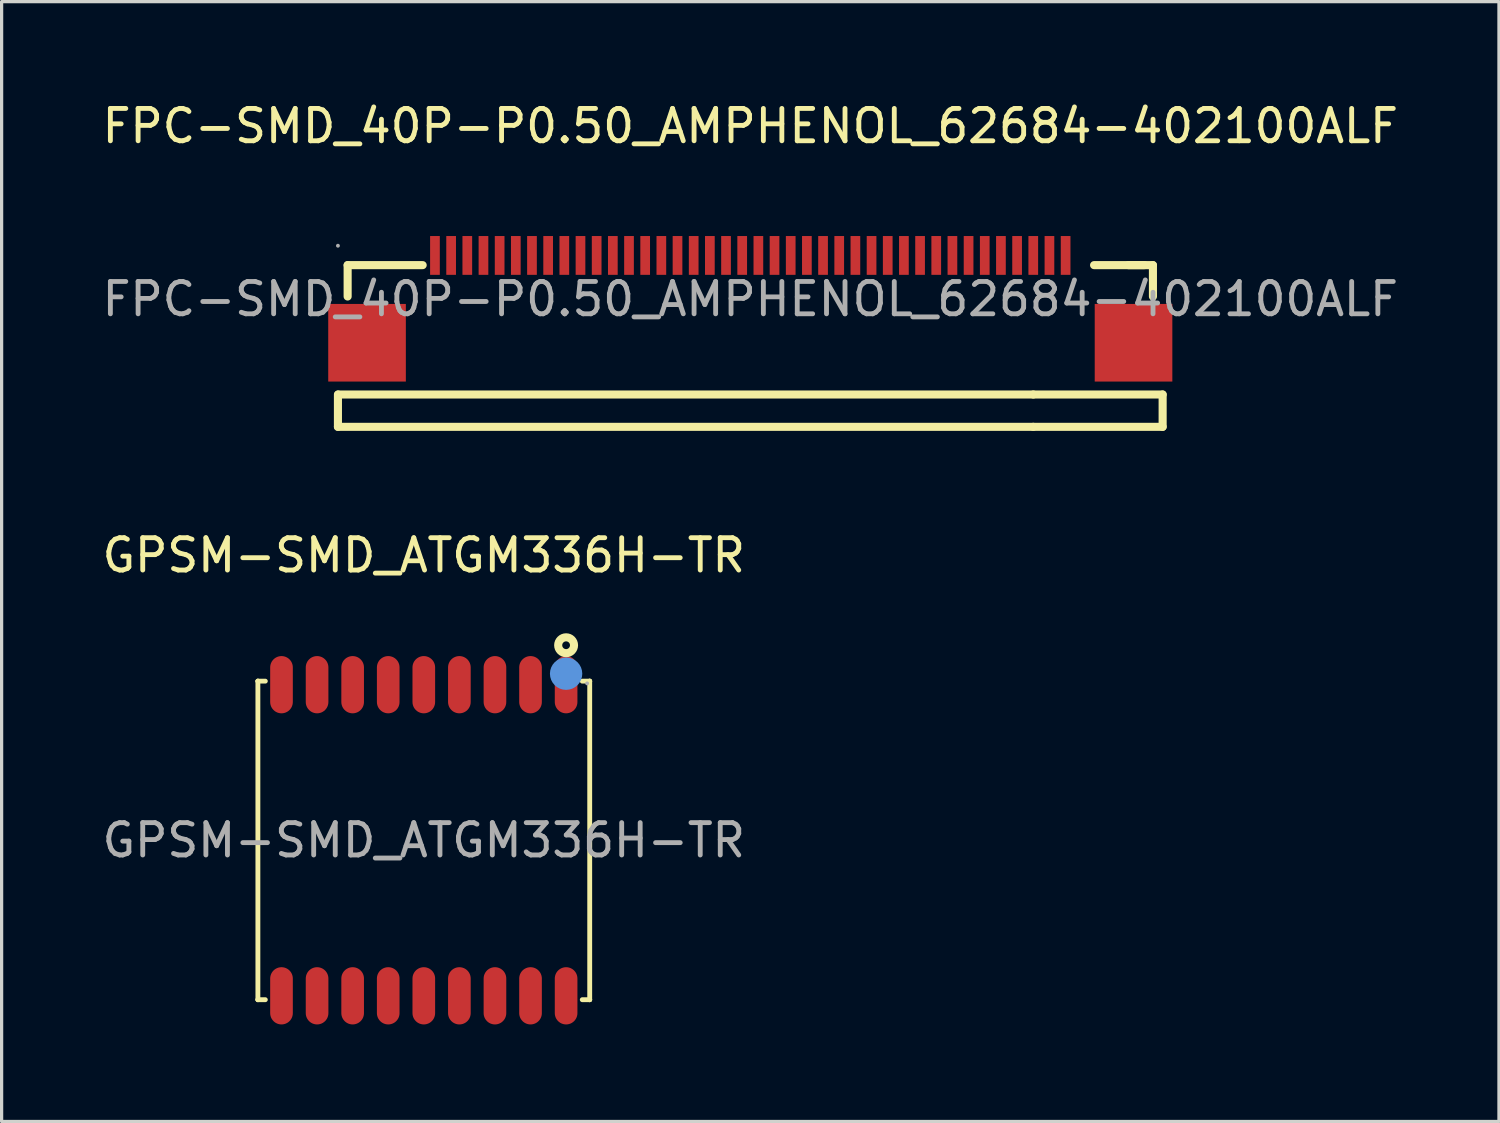
<source format=kicad_pcb>
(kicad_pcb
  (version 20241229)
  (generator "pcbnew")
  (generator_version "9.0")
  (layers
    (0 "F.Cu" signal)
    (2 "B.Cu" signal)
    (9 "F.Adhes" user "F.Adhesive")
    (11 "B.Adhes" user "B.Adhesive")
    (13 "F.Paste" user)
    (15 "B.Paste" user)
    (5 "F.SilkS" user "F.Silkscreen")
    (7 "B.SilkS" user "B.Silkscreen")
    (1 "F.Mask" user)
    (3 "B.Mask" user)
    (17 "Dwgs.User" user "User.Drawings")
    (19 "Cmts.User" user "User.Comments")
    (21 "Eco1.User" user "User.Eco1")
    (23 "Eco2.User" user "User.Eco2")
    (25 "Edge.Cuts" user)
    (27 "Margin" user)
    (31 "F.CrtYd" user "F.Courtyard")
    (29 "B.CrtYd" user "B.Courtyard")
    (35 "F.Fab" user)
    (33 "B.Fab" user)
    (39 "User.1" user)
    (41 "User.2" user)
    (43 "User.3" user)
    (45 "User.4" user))
  (footprint "FPC-SMD_40P-P0.50_AMPHENOL_62684-402100ALF"
    (layer "F.Cu")
    (at 20.149 6.198)
    (property "Reference" "FPC-SMD_40P-P0.50_AMPHENOL_62684-402100ALF" (at 0 -5.35 0) (layer "F.SilkS") (effects (font (size 1 1) (thickness 0.15))))
    (attr smd)
    (fp_line (start -12.75 3.95) (end -12.75 2.95) (stroke (width 0.25) (type solid)) (layer "F.SilkS"))
    (fp_line (start -12.75 3.95) (end 8.75 3.95) (stroke (width 0.25) (type solid)) (layer "F.SilkS"))
    (fp_line (start -12.45 -1.05) (end -12.45 -0.08) (stroke (width 0.25) (type solid)) (layer "F.SilkS"))
    (fp_line (start -12.45 -1.05) (end -10.13 -1.05) (stroke (width 0.25) (type solid)) (layer "F.SilkS"))
    (fp_line (start 8.75 2.95) (end -12.74 2.95) (stroke (width 0.25) (type solid)) (layer "F.SilkS"))
    (fp_line (start 8.75 2.95) (end 12.75 2.95) (stroke (width 0.25) (type solid)) (layer "F.SilkS"))
    (fp_line (start 8.75 3.95) (end 12.75 3.95) (stroke (width 0.25) (type solid)) (layer "F.SilkS"))
    (fp_line (start 10.63 -1.05) (end 12.19 -1.05) (stroke (width 0.25) (type solid)) (layer "F.SilkS"))
    (fp_line (start 12.45 -1.05) (end 11.69 -1.05) (stroke (width 0.25) (type solid)) (layer "F.SilkS"))
    (fp_line (start 12.45 -1.05) (end 12.45 -0.08) (stroke (width 0.25) (type solid)) (layer "F.SilkS"))
    (fp_line (start 12.75 3.95) (end 12.75 2.95) (stroke (width 0.25) (type solid)) (layer "F.SilkS"))
    (fp_circle (center -12.75 -1.65) (end -12.72 -1.65) (stroke (width 0.06) (type solid)) (fill no) (layer "F.Fab"))
    (fp_text user "${REFERENCE}" (at 0 0 0) (layer "F.Fab") (effects (font (size 1 1) (thickness 0.15))))
    (pad "1" smd rect (at -9.75 -1.35) (size 0.3 1.2) (layers "F.Cu" "F.Mask" "F.Paste"))
    (pad "2" smd rect (at -9.25 -1.35) (size 0.3 1.2) (layers "F.Cu" "F.Mask" "F.Paste"))
    (pad "3" smd rect (at -8.75 -1.35) (size 0.3 1.2) (layers "F.Cu" "F.Mask" "F.Paste"))
    (pad "4" smd rect (at -8.25 -1.35) (size 0.3 1.2) (layers "F.Cu" "F.Mask" "F.Paste"))
    (pad "5" smd rect (at -7.75 -1.35) (size 0.3 1.2) (layers "F.Cu" "F.Mask" "F.Paste"))
    (pad "6" smd rect (at -7.25 -1.35) (size 0.3 1.2) (layers "F.Cu" "F.Mask" "F.Paste"))
    (pad "7" smd rect (at -6.75 -1.35) (size 0.3 1.2) (layers "F.Cu" "F.Mask" "F.Paste"))
    (pad "8" smd rect (at -6.25 -1.35) (size 0.3 1.2) (layers "F.Cu" "F.Mask" "F.Paste"))
    (pad "9" smd rect (at -5.75 -1.35) (size 0.3 1.2) (layers "F.Cu" "F.Mask" "F.Paste"))
    (pad "10" smd rect (at -5.25 -1.35) (size 0.3 1.2) (layers "F.Cu" "F.Mask" "F.Paste"))
    (pad "11" smd rect (at -4.75 -1.35) (size 0.3 1.2) (layers "F.Cu" "F.Mask" "F.Paste"))
    (pad "12" smd rect (at -4.25 -1.35) (size 0.3 1.2) (layers "F.Cu" "F.Mask" "F.Paste"))
    (pad "13" smd rect (at -3.75 -1.35) (size 0.3 1.2) (layers "F.Cu" "F.Mask" "F.Paste"))
    (pad "14" smd rect (at -3.25 -1.35) (size 0.3 1.2) (layers "F.Cu" "F.Mask" "F.Paste"))
    (pad "15" smd rect (at -2.75 -1.35) (size 0.3 1.2) (layers "F.Cu" "F.Mask" "F.Paste"))
    (pad "16" smd rect (at -2.25 -1.35) (size 0.3 1.2) (layers "F.Cu" "F.Mask" "F.Paste"))
    (pad "17" smd rect (at -1.75 -1.35) (size 0.3 1.2) (layers "F.Cu" "F.Mask" "F.Paste"))
    (pad "18" smd rect (at -1.25 -1.35) (size 0.3 1.2) (layers "F.Cu" "F.Mask" "F.Paste"))
    (pad "19" smd rect (at -0.75 -1.35) (size 0.3 1.2) (layers "F.Cu" "F.Mask" "F.Paste"))
    (pad "20" smd rect (at -0.25 -1.35) (size 0.3 1.2) (layers "F.Cu" "F.Mask" "F.Paste"))
    (pad "21" smd rect (at 0.25 -1.35) (size 0.3 1.2) (layers "F.Cu" "F.Mask" "F.Paste"))
    (pad "22" smd rect (at 0.75 -1.35) (size 0.3 1.2) (layers "F.Cu" "F.Mask" "F.Paste"))
    (pad "23" smd rect (at 1.25 -1.35) (size 0.3 1.2) (layers "F.Cu" "F.Mask" "F.Paste"))
    (pad "24" smd rect (at 1.75 -1.35) (size 0.3 1.2) (layers "F.Cu" "F.Mask" "F.Paste"))
    (pad "25" smd rect (at 2.25 -1.35) (size 0.3 1.2) (layers "F.Cu" "F.Mask" "F.Paste"))
    (pad "26" smd rect (at 2.75 -1.35) (size 0.3 1.2) (layers "F.Cu" "F.Mask" "F.Paste"))
    (pad "27" smd rect (at 3.25 -1.35) (size 0.3 1.2) (layers "F.Cu" "F.Mask" "F.Paste"))
    (pad "28" smd rect (at 3.75 -1.35) (size 0.3 1.2) (layers "F.Cu" "F.Mask" "F.Paste"))
    (pad "29" smd rect (at 4.25 -1.35) (size 0.3 1.2) (layers "F.Cu" "F.Mask" "F.Paste"))
    (pad "30" smd rect (at 4.75 -1.35) (size 0.3 1.2) (layers "F.Cu" "F.Mask" "F.Paste"))
    (pad "31" smd rect (at 5.25 -1.35) (size 0.3 1.2) (layers "F.Cu" "F.Mask" "F.Paste"))
    (pad "32" smd rect (at 5.75 -1.35) (size 0.3 1.2) (layers "F.Cu" "F.Mask" "F.Paste"))
    (pad "33" smd rect (at 6.25 -1.35) (size 0.3 1.2) (layers "F.Cu" "F.Mask" "F.Paste"))
    (pad "34" smd rect (at 6.75 -1.35) (size 0.3 1.2) (layers "F.Cu" "F.Mask" "F.Paste"))
    (pad "35" smd rect (at 7.25 -1.35) (size 0.3 1.2) (layers "F.Cu" "F.Mask" "F.Paste"))
    (pad "36" smd rect (at 7.75 -1.35) (size 0.3 1.2) (layers "F.Cu" "F.Mask" "F.Paste"))
    (pad "37" smd rect (at 8.25 -1.35) (size 0.3 1.2) (layers "F.Cu" "F.Mask" "F.Paste"))
    (pad "38" smd rect (at 8.75 -1.35) (size 0.3 1.2) (layers "F.Cu" "F.Mask" "F.Paste"))
    (pad "39" smd rect (at 9.25 -1.35) (size 0.3 1.2) (layers "F.Cu" "F.Mask" "F.Paste"))
    (pad "40" smd rect (at 9.75 -1.35) (size 0.3 1.2) (layers "F.Cu" "F.Mask" "F.Paste"))
    (pad "41" smd rect (at 11.85 1.35) (size 2.4 2.4) (layers "F.Cu" "F.Mask" "F.Paste"))
    (pad "42" smd rect (at -11.85 1.35) (size 2.4 2.4) (layers "F.Cu" "F.Mask" "F.Paste")))
  (footprint "GPSM-SMD_ATGM336H-TR"
    (layer "F.Cu")
    (at 10.054 22.931)
    (property "Reference" "GPSM-SMD_ATGM336H-TR" (at 0 -8.81 0) (layer "F.SilkS") (effects (font (size 1 1) (thickness 0.15))))
    (attr smd)
    (fp_line (start -5.13 -4.92) (end -5.13 -4.92) (stroke (width 0.15) (type solid)) (layer "F.SilkS"))
    (fp_line (start -5.13 -4.92) (end -5.13 4.93) (stroke (width 0.15) (type solid)) (layer "F.SilkS"))
    (fp_line (start -5.13 4.93) (end -5.13 4.93) (stroke (width 0.15) (type solid)) (layer "F.SilkS"))
    (fp_line (start -5.13 4.93) (end -4.9 4.93) (stroke (width 0.15) (type solid)) (layer "F.SilkS"))
    (fp_line (start -4.9 -4.92) (end -5.13 -4.92) (stroke (width 0.15) (type solid)) (layer "F.SilkS"))
    (fp_line (start 4.9 -4.92) (end 5.13 -4.92) (stroke (width 0.15) (type solid)) (layer "F.SilkS"))
    (fp_line (start 5.13 -4.92) (end 5.13 -4.92) (stroke (width 0.15) (type solid)) (layer "F.SilkS"))
    (fp_line (start 5.13 -4.92) (end 5.13 4.93) (stroke (width 0.15) (type solid)) (layer "F.SilkS"))
    (fp_line (start 5.13 4.93) (end 4.9 4.93) (stroke (width 0.15) (type solid)) (layer "F.SilkS"))
    (fp_line (start 5.13 4.93) (end 5.13 4.93) (stroke (width 0.15) (type solid)) (layer "F.SilkS"))
    (fp_circle (center 4.4 -6.03) (end 4.52 -6.03) (stroke (width 0.25) (type solid)) (fill no) (layer "F.SilkS"))
    (fp_circle (center 4.4 -5.15) (end 4.65 -5.15) (stroke (width 0.5) (type solid)) (fill no) (layer "Cmts.User"))
    (fp_circle (center 5.05 -4.85) (end 5.08 -4.85) (stroke (width 0.06) (type solid)) (fill no) (layer "F.Fab"))
    (fp_text user "${REFERENCE}" (at 0 0 0) (layer "F.Fab") (effects (font (size 1 1) (thickness 0.15))))
    (pad "1" smd oval (at 4.4 -4.81 180) (size 0.7 1.77) (layers "F.Cu" "F.Mask" "F.Paste"))
    (pad "2" smd oval (at 3.3 -4.81 180) (size 0.7 1.77) (layers "F.Cu" "F.Mask" "F.Paste"))
    (pad "3" smd oval (at 2.2 -4.81 180) (size 0.7 1.77) (layers "F.Cu" "F.Mask" "F.Paste"))
    (pad "4" smd oval (at 1.1 -4.81 180) (size 0.7 1.77) (layers "F.Cu" "F.Mask" "F.Paste"))
    (pad "5" smd oval (at 0 -4.81 180) (size 0.7 1.77) (layers "F.Cu" "F.Mask" "F.Paste"))
    (pad "6" smd oval (at -1.1 -4.81 180) (size 0.7 1.77) (layers "F.Cu" "F.Mask" "F.Paste"))
    (pad "7" smd oval (at -2.2 -4.81 180) (size 0.7 1.77) (layers "F.Cu" "F.Mask" "F.Paste"))
    (pad "8" smd oval (at -3.3 -4.81 180) (size 0.7 1.77) (layers "F.Cu" "F.Mask" "F.Paste"))
    (pad "9" smd oval (at -4.4 -4.81 180) (size 0.7 1.77) (layers "F.Cu" "F.Mask" "F.Paste"))
    (pad "10" smd oval (at -4.4 4.81 180) (size 0.7 1.77) (layers "F.Cu" "F.Mask" "F.Paste"))
    (pad "11" smd oval (at -3.3 4.81 180) (size 0.7 1.77) (layers "F.Cu" "F.Mask" "F.Paste"))
    (pad "12" smd oval (at -2.2 4.81 180) (size 0.7 1.77) (layers "F.Cu" "F.Mask" "F.Paste"))
    (pad "13" smd oval (at -1.1 4.81 180) (size 0.7 1.77) (layers "F.Cu" "F.Mask" "F.Paste"))
    (pad "14" smd oval (at 0 4.81 180) (size 0.7 1.77) (layers "F.Cu" "F.Mask" "F.Paste"))
    (pad "15" smd oval (at 1.1 4.81 180) (size 0.7 1.77) (layers "F.Cu" "F.Mask" "F.Paste"))
    (pad "16" smd oval (at 2.2 4.81 180) (size 0.7 1.77) (layers "F.Cu" "F.Mask" "F.Paste"))
    (pad "17" smd oval (at 3.3 4.81 180) (size 0.7 1.77) (layers "F.Cu" "F.Mask" "F.Paste"))
    (pad "18" smd oval (at 4.4 4.81 180) (size 0.7 1.77) (layers "F.Cu" "F.Mask" "F.Paste")))
  (gr_rect
    (start -3 -3)
    (end 43.298 31.627)
    (stroke (width 0.1) (type default))
    (fill no)
    (layer "Edge.Cuts")))
</source>
